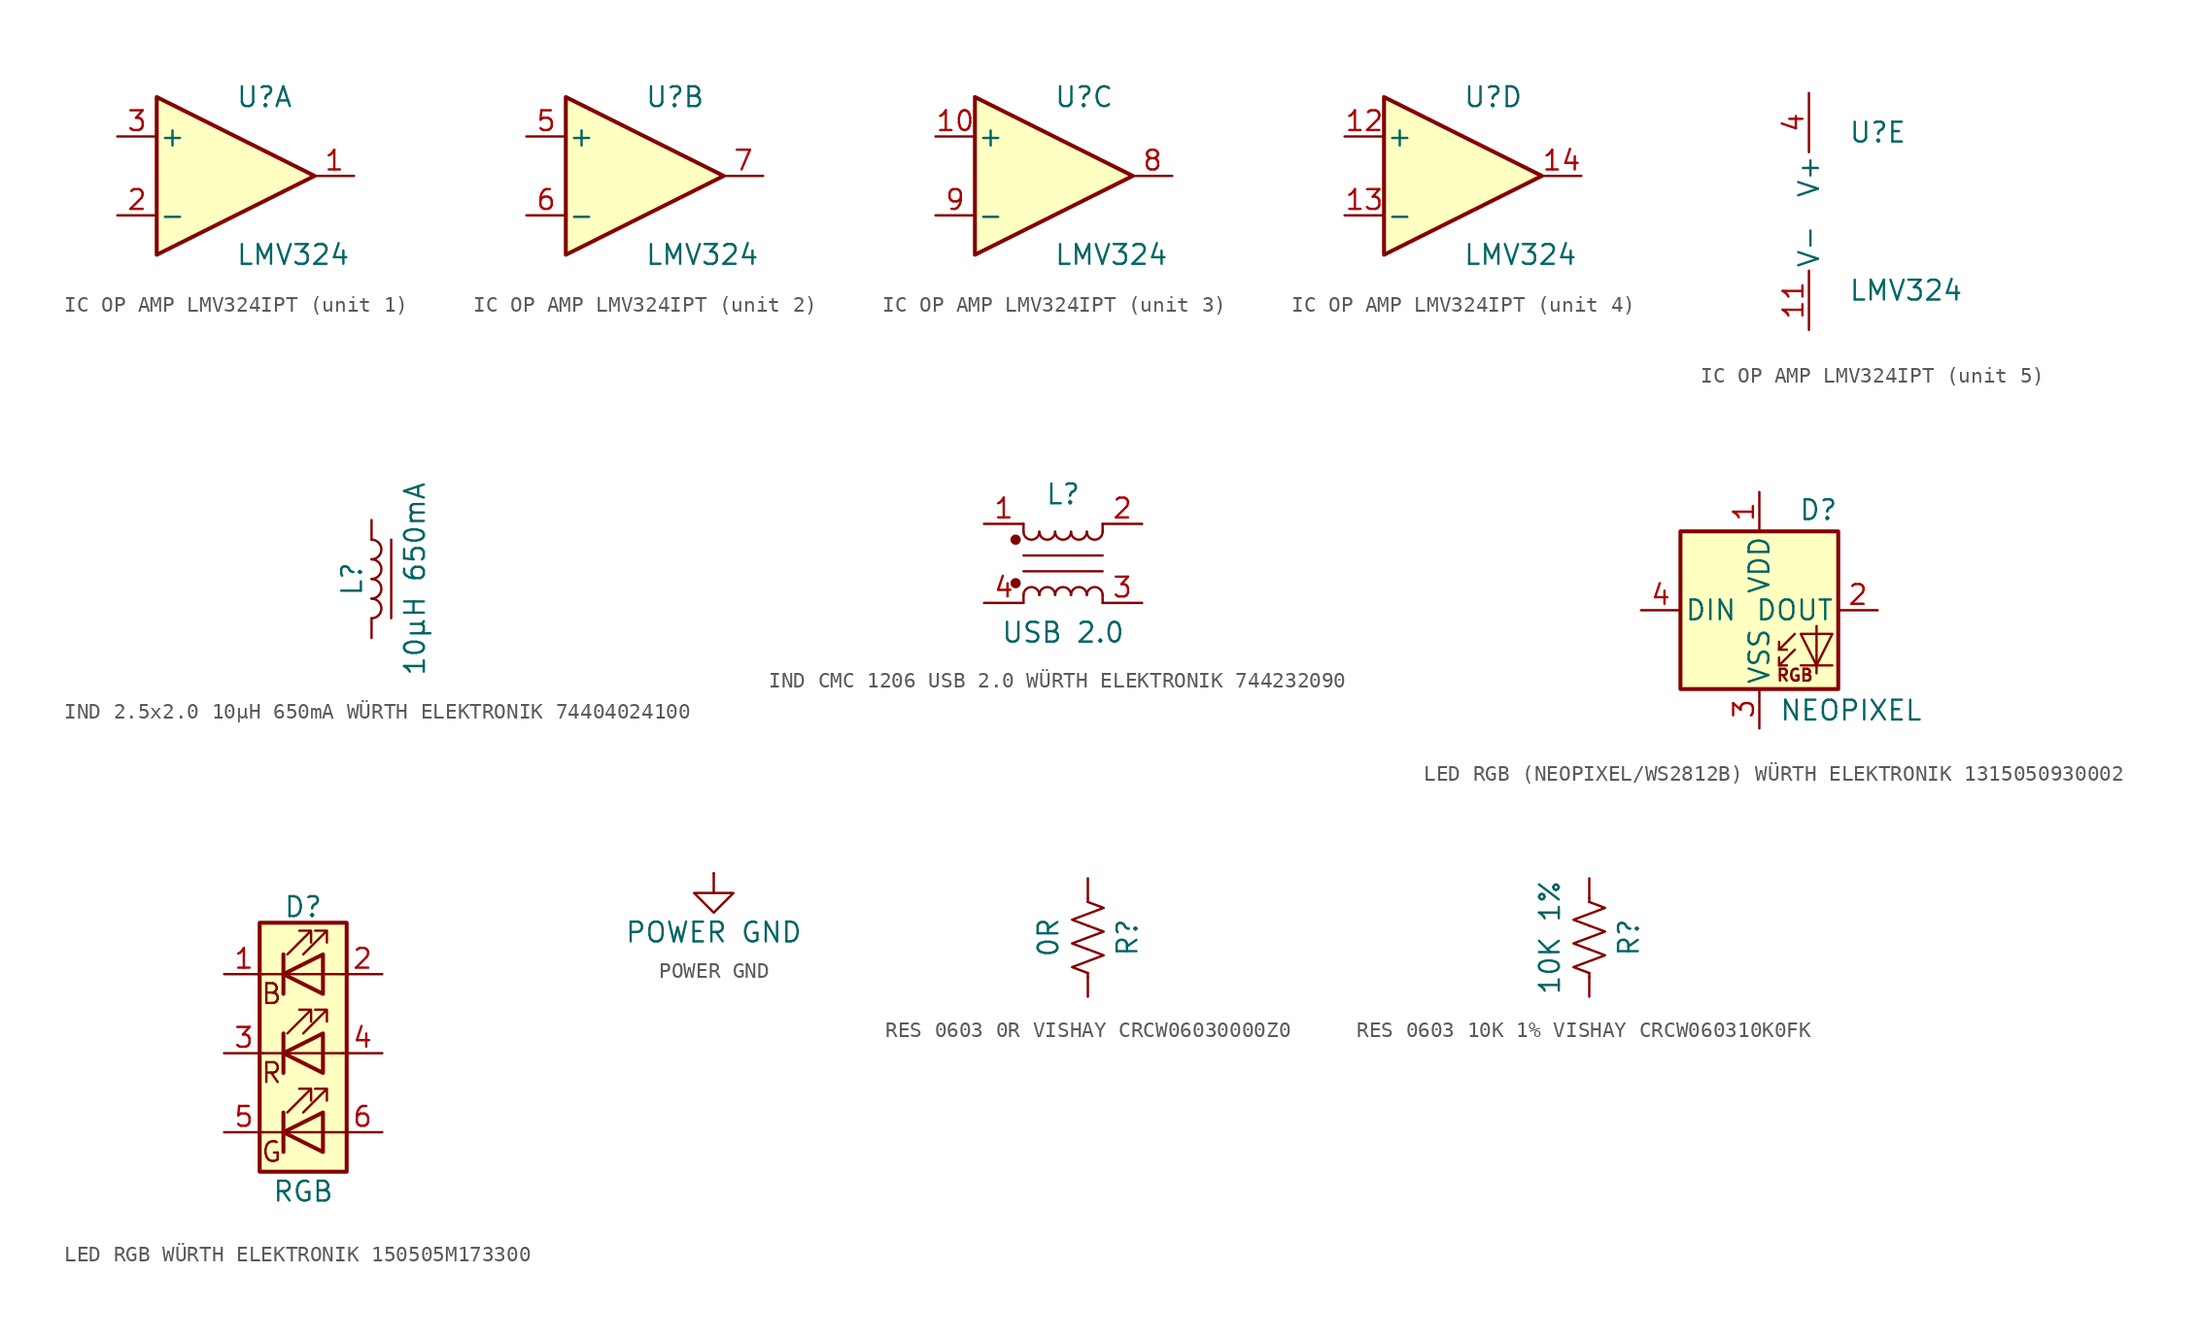
<source format=kicad_sym>
(kicad_symbol_lib
  (version 20231120)
  (generator "kicad_symbol_editor")
  (generator_version "8.0")
  (symbol "IC OP AMP LMV324IPT"
    (pin_names
      (offset 0.127))
    (property "Reference" "U"
      (at 0 5.08 0)
      (effects (font (size 1.27 1.27)) (justify left)))
    (property "Value" "LMV324"
      (at 0 -5.08 0)
      (effects (font (size 1.27 1.27)) (justify left)))
    (property "ki_locked" ""
      (at 0 0 0)
      (effects (font (size 1.27 1.27))))
    (symbol "IC OP AMP LMV324IPT_1_1"
      (polyline (pts (xy -5.08 5.08) (xy 5.08 0) (xy -5.08 -5.08) (xy -5.08 5.08)) (stroke (width 0.254) (type default)) (fill (type background)))
      (pin output line (at 7.62 0 180) (length 2.54) (name "~" (effects (font (size 1.27 1.27)))) (number "1" (effects (font (size 1.27 1.27)))))
      (pin input line (at -7.62 -2.54 0) (length 2.54) (name "-" (effects (font (size 1.27 1.27)))) (number "2" (effects (font (size 1.27 1.27)))))
      (pin input line (at -7.62 2.54 0) (length 2.54) (name "+" (effects (font (size 1.27 1.27)))) (number "3" (effects (font (size 1.27 1.27))))))
    (symbol "IC OP AMP LMV324IPT_2_1"
      (polyline (pts (xy -5.08 5.08) (xy 5.08 0) (xy -5.08 -5.08) (xy -5.08 5.08)) (stroke (width 0.254) (type default)) (fill (type background)))
      (pin input line (at -7.62 2.54 0) (length 2.54) (name "+" (effects (font (size 1.27 1.27)))) (number "5" (effects (font (size 1.27 1.27)))))
      (pin input line (at -7.62 -2.54 0) (length 2.54) (name "-" (effects (font (size 1.27 1.27)))) (number "6" (effects (font (size 1.27 1.27)))))
      (pin output line (at 7.62 0 180) (length 2.54) (name "~" (effects (font (size 1.27 1.27)))) (number "7" (effects (font (size 1.27 1.27))))))
    (symbol "IC OP AMP LMV324IPT_3_1"
      (polyline (pts (xy -5.08 5.08) (xy 5.08 0) (xy -5.08 -5.08) (xy -5.08 5.08)) (stroke (width 0.254) (type default)) (fill (type background)))
      (pin input line (at -7.62 2.54 0) (length 2.54) (name "+" (effects (font (size 1.27 1.27)))) (number "10" (effects (font (size 1.27 1.27)))))
      (pin output line (at 7.62 0 180) (length 2.54) (name "~" (effects (font (size 1.27 1.27)))) (number "8" (effects (font (size 1.27 1.27)))))
      (pin input line (at -7.62 -2.54 0) (length 2.54) (name "-" (effects (font (size 1.27 1.27)))) (number "9" (effects (font (size 1.27 1.27))))))
    (symbol "IC OP AMP LMV324IPT_4_1"
      (polyline (pts (xy -5.08 5.08) (xy 5.08 0) (xy -5.08 -5.08) (xy -5.08 5.08)) (stroke (width 0.254) (type default)) (fill (type background)))
      (pin input line (at -7.62 2.54 0) (length 2.54) (name "+" (effects (font (size 1.27 1.27)))) (number "12" (effects (font (size 1.27 1.27)))))
      (pin input line (at -7.62 -2.54 0) (length 2.54) (name "-" (effects (font (size 1.27 1.27)))) (number "13" (effects (font (size 1.27 1.27)))))
      (pin output line (at 7.62 0 180) (length 2.54) (name "~" (effects (font (size 1.27 1.27)))) (number "14" (effects (font (size 1.27 1.27))))))
    (symbol "IC OP AMP LMV324IPT_5_1"
      (pin power_in line (at -2.54 -7.62 90) (length 3.81) (name "V-" (effects (font (size 1.27 1.27)))) (number "11" (effects (font (size 1.27 1.27)))))
      (pin power_in line (at -2.54 7.62 270) (length 3.81) (name "V+" (effects (font (size 1.27 1.27)))) (number "4" (effects (font (size 1.27 1.27)))))))
  (symbol "IND 2.5x2.0 10µH 650mA WÜRTH ELEKTRONIK 74404024100 "
    (pin_numbers hide)
    (pin_names
      (offset 1.016) hide)
    (property "Reference" "L"
      (at -1.27 0 90)
      (effects (font (size 1.27 1.27))))
    (property "Value" "10µH 650mA"
      (at 2.794 0 90)
      (effects (font (size 1.27 1.27))))
    (symbol "IND 2.5x2.0 10µH 650mA WÜRTH ELEKTRONIK 74404024100 _0_1"
      (arc (start 0 -2.54) (mid 0.6323 -1.905) (end 0 -1.27) (stroke (width 0) (type default)) (fill (type none)))
      (arc (start 0 -1.27) (mid 0.6323 -0.635) (end 0 0) (stroke (width 0) (type default)) (fill (type none)))
      (polyline (pts (xy 1.27 2.54) (xy 1.27 -2.54)) (stroke (width 0) (type default)) (fill (type none)))
      (arc (start 0 0) (mid 0.6323 0.635) (end 0 1.27) (stroke (width 0) (type default)) (fill (type none)))
      (arc (start 0 1.27) (mid 0.6323 1.905) (end 0 2.54) (stroke (width 0) (type default)) (fill (type none))))
    (symbol "IND 2.5x2.0 10µH 650mA WÜRTH ELEKTRONIK 74404024100 _1_1"
      (pin passive line (at 0 3.81 270) (length 1.27) (name "1" (effects (font (size 1.27 1.27)))) (number "1" (effects (font (size 1.27 1.27)))))
      (pin passive line (at 0 -3.81 90) (length 1.27) (name "2" (effects (font (size 1.27 1.27)))) (number "2" (effects (font (size 1.27 1.27)))))))
  (symbol "IND CMC 1206 USB 2.0 WÜRTH ELEKTRONIK 744232090 "
    (pin_names
      (offset 0.254) hide)
    (property "Reference" "L"
      (at 0 4.445 0)
      (effects (font (size 1.27 1.27))))
    (property "Value" "USB 2.0"
      (at 0 -4.445 0)
      (effects (font (size 1.27 1.27))))
    (symbol "IND CMC 1206 USB 2.0 WÜRTH ELEKTRONIK 744232090 _0_1"
      (circle (center -3.048 -1.27) (radius 0.254) (stroke (width 0) (type default)) (fill (type outline)))
      (circle (center -3.048 1.524) (radius 0.254) (stroke (width 0) (type default)) (fill (type outline)))
      (arc (start -2.54 2.032) (mid -2.032 1.5262) (end -1.524 2.032) (stroke (width 0) (type default)) (fill (type none)))
      (arc (start -1.524 -2.032) (mid -2.032 -1.5262) (end -2.54 -2.032) (stroke (width 0) (type default)) (fill (type none)))
      (arc (start -1.524 2.032) (mid -1.016 1.5262) (end -0.508 2.032) (stroke (width 0) (type default)) (fill (type none)))
      (arc (start -0.508 -2.032) (mid -1.016 -1.5262) (end -1.524 -2.032) (stroke (width 0) (type default)) (fill (type none)))
      (arc (start -0.508 2.032) (mid 0 1.5262) (end 0.508 2.032) (stroke (width 0) (type default)) (fill (type none)))
      (polyline (pts (xy -2.54 -2.032) (xy -2.54 -2.54)) (stroke (width 0) (type default)) (fill (type none)))
      (polyline (pts (xy -2.54 0.508) (xy 2.54 0.508)) (stroke (width 0) (type default)) (fill (type none)))
      (polyline (pts (xy -2.54 2.032) (xy -2.54 2.54)) (stroke (width 0) (type default)) (fill (type none)))
      (polyline (pts (xy 2.54 -2.032) (xy 2.54 -2.54)) (stroke (width 0) (type default)) (fill (type none)))
      (polyline (pts (xy 2.54 -0.508) (xy -2.54 -0.508)) (stroke (width 0) (type default)) (fill (type none)))
      (polyline (pts (xy 2.54 2.54) (xy 2.54 2.032)) (stroke (width 0) (type default)) (fill (type none)))
      (arc (start 0.508 -2.032) (mid 0 -1.5262) (end -0.508 -2.032) (stroke (width 0) (type default)) (fill (type none)))
      (arc (start 0.508 2.032) (mid 1.016 1.5262) (end 1.524 2.032) (stroke (width 0) (type default)) (fill (type none)))
      (arc (start 1.524 -2.032) (mid 1.016 -1.5262) (end 0.508 -2.032) (stroke (width 0) (type default)) (fill (type none)))
      (arc (start 1.524 2.032) (mid 2.032 1.5262) (end 2.54 2.032) (stroke (width 0) (type default)) (fill (type none)))
      (arc (start 2.54 -2.032) (mid 2.032 -1.5262) (end 1.524 -2.032) (stroke (width 0) (type default)) (fill (type none))))
    (symbol "IND CMC 1206 USB 2.0 WÜRTH ELEKTRONIK 744232090 _1_1"
      (pin passive line (at -5.08 2.54 0) (length 2.54) (name "1" (effects (font (size 1.27 1.27)))) (number "1" (effects (font (size 1.27 1.27)))))
      (pin passive line (at 5.08 2.54 180) (length 2.54) (name "2" (effects (font (size 1.27 1.27)))) (number "2" (effects (font (size 1.27 1.27)))))
      (pin passive line (at 5.08 -2.54 180) (length 2.54) (name "3" (effects (font (size 1.27 1.27)))) (number "3" (effects (font (size 1.27 1.27)))))
      (pin passive line (at -5.08 -2.54 0) (length 2.54) (name "4" (effects (font (size 1.27 1.27)))) (number "4" (effects (font (size 1.27 1.27)))))))
  (symbol "LED RGB (NEOPIXEL/WS2812B) WÜRTH ELEKTRONIK 1315050930002 "
    (pin_names
      (offset 0.254))
    (property "Reference" "D"
      (at 5.08 5.715 0)
      (effects (font (size 1.27 1.27)) (justify right bottom)))
    (property "Value" "NEOPIXEL"
      (at 1.27 -5.715 0)
      (effects (font (size 1.27 1.27)) (justify left top)))
    (symbol "LED RGB (NEOPIXEL/WS2812B) WÜRTH ELEKTRONIK 1315050930002 _0_0"
      (text "RGB" (at 2.286 -4.191 0) (effects (font (size 0.762 0.762)))))
    (symbol "LED RGB (NEOPIXEL/WS2812B) WÜRTH ELEKTRONIK 1315050930002 _0_1"
      (polyline (pts (xy 1.27 -3.556) (xy 1.778 -3.556)) (stroke (width 0) (type default)) (fill (type none)))
      (polyline (pts (xy 1.27 -2.54) (xy 1.778 -2.54)) (stroke (width 0) (type default)) (fill (type none)))
      (polyline (pts (xy 4.699 -3.556) (xy 2.667 -3.556)) (stroke (width 0) (type default)) (fill (type none)))
      (polyline (pts (xy 2.286 -2.54) (xy 1.27 -3.556) (xy 1.27 -3.048)) (stroke (width 0) (type default)) (fill (type none)))
      (polyline (pts (xy 2.286 -1.524) (xy 1.27 -2.54) (xy 1.27 -2.032)) (stroke (width 0) (type default)) (fill (type none)))
      (polyline (pts (xy 3.683 -1.016) (xy 3.683 -3.556) (xy 3.683 -4.064)) (stroke (width 0) (type default)) (fill (type none)))
      (polyline (pts (xy 4.699 -1.524) (xy 2.667 -1.524) (xy 3.683 -3.556) (xy 4.699 -1.524)) (stroke (width 0) (type default)) (fill (type none)))
      (rectangle (start 5.08 5.08) (end -5.08 -5.08) (stroke (width 0.254) (type default)) (fill (type background))))
    (symbol "LED RGB (NEOPIXEL/WS2812B) WÜRTH ELEKTRONIK 1315050930002 _1_1"
      (pin power_in line (at 0 7.62 270) (length 2.54) (name "VDD" (effects (font (size 1.27 1.27)))) (number "1" (effects (font (size 1.27 1.27)))))
      (pin output line (at 7.62 0 180) (length 2.54) (name "DOUT" (effects (font (size 1.27 1.27)))) (number "2" (effects (font (size 1.27 1.27)))))
      (pin power_in line (at 0 -7.62 90) (length 2.54) (name "VSS" (effects (font (size 1.27 1.27)))) (number "3" (effects (font (size 1.27 1.27)))))
      (pin input line (at -7.62 0 0) (length 2.54) (name "DIN" (effects (font (size 1.27 1.27)))) (number "4" (effects (font (size 1.27 1.27)))))))
  (symbol "LED RGB WÜRTH ELEKTRONIK 150505M173300 "
    (pin_names
      (offset 0) hide)
    (property "Reference" "D"
      (at 0 9.398 0)
      (effects (font (size 1.27 1.27))))
    (property "Value" "RGB"
      (at 0 -8.89 0)
      (effects (font (size 1.27 1.27))))
    (symbol "LED RGB WÜRTH ELEKTRONIK 150505M173300 _0_0"
      (text "B" (at -2.032 3.81 0) (effects (font (size 1.27 1.27))))
      (text "G" (at -2.032 -6.35 0) (effects (font (size 1.27 1.27))))
      (text "R" (at -2.032 -1.27 0) (effects (font (size 1.27 1.27)))))
    (symbol "LED RGB WÜRTH ELEKTRONIK 150505M173300 _0_1"
      (polyline (pts (xy -1.27 -5.08) (xy -2.54 -5.08)) (stroke (width 0) (type default)) (fill (type none)))
      (polyline (pts (xy -1.27 -5.08) (xy 1.27 -5.08)) (stroke (width 0) (type default)) (fill (type none)))
      (polyline (pts (xy -1.27 -3.81) (xy -1.27 -6.35)) (stroke (width 0.254) (type default)) (fill (type none)))
      (polyline (pts (xy -1.27 0) (xy -2.54 0)) (stroke (width 0) (type default)) (fill (type none)))
      (polyline (pts (xy -1.27 1.27) (xy -1.27 -1.27)) (stroke (width 0.254) (type default)) (fill (type none)))
      (polyline (pts (xy -1.27 5.08) (xy -2.54 5.08)) (stroke (width 0) (type default)) (fill (type none)))
      (polyline (pts (xy -1.27 5.08) (xy 1.27 5.08)) (stroke (width 0) (type default)) (fill (type none)))
      (polyline (pts (xy -1.27 6.35) (xy -1.27 3.81)) (stroke (width 0.254) (type default)) (fill (type none)))
      (polyline (pts (xy 1.27 -5.08) (xy 2.54 -5.08)) (stroke (width 0) (type default)) (fill (type none)))
      (polyline (pts (xy 1.27 0) (xy -1.27 0)) (stroke (width 0) (type default)) (fill (type none)))
      (polyline (pts (xy 1.27 0) (xy 2.54 0)) (stroke (width 0) (type default)) (fill (type none)))
      (polyline (pts (xy 1.27 5.08) (xy 2.54 5.08)) (stroke (width 0) (type default)) (fill (type none)))
      (polyline (pts (xy -1.27 1.27) (xy -1.27 -1.27) (xy -1.27 -1.27)) (stroke (width 0) (type default)) (fill (type none)))
      (polyline (pts (xy -1.27 6.35) (xy -1.27 3.81) (xy -1.27 3.81)) (stroke (width 0) (type default)) (fill (type none)))
      (polyline (pts (xy 1.27 -3.81) (xy 1.27 -6.35) (xy -1.27 -5.08) (xy 1.27 -3.81)) (stroke (width 0.254) (type default)) (fill (type none)))
      (polyline (pts (xy 1.27 1.27) (xy 1.27 -1.27) (xy -1.27 0) (xy 1.27 1.27)) (stroke (width 0.254) (type default)) (fill (type none)))
      (polyline (pts (xy 1.27 6.35) (xy 1.27 3.81) (xy -1.27 5.08) (xy 1.27 6.35)) (stroke (width 0.254) (type default)) (fill (type none)))
      (polyline (pts (xy -1.016 -3.81) (xy 0.508 -2.286) (xy -0.254 -2.286) (xy 0.508 -2.286) (xy 0.508 -3.048)) (stroke (width 0) (type default)) (fill (type none)))
      (polyline (pts (xy -1.016 1.27) (xy 0.508 2.794) (xy -0.254 2.794) (xy 0.508 2.794) (xy 0.508 2.032)) (stroke (width 0) (type default)) (fill (type none)))
      (polyline (pts (xy -1.016 6.35) (xy 0.508 7.874) (xy -0.254 7.874) (xy 0.508 7.874) (xy 0.508 7.112)) (stroke (width 0) (type default)) (fill (type none)))
      (polyline (pts (xy 0 -3.81) (xy 1.524 -2.286) (xy 0.762 -2.286) (xy 1.524 -2.286) (xy 1.524 -3.048)) (stroke (width 0) (type default)) (fill (type none)))
      (polyline (pts (xy 0 1.27) (xy 1.524 2.794) (xy 0.762 2.794) (xy 1.524 2.794) (xy 1.524 2.032)) (stroke (width 0) (type default)) (fill (type none)))
      (polyline (pts (xy 0 6.35) (xy 1.524 7.874) (xy 0.762 7.874) (xy 1.524 7.874) (xy 1.524 7.112)) (stroke (width 0) (type default)) (fill (type none)))
      (rectangle (start 1.27 -1.27) (end 1.27 1.27) (stroke (width 0) (type default)) (fill (type none)))
      (rectangle (start 1.27 1.27) (end 1.27 1.27) (stroke (width 0) (type default)) (fill (type none)))
      (rectangle (start 1.27 3.81) (end 1.27 6.35) (stroke (width 0) (type default)) (fill (type none)))
      (rectangle (start 1.27 6.35) (end 1.27 6.35) (stroke (width 0) (type default)) (fill (type none)))
      (rectangle (start 2.794 8.382) (end -2.794 -7.62) (stroke (width 0.254) (type default)) (fill (type background))))
    (symbol "LED RGB WÜRTH ELEKTRONIK 150505M173300 _1_1"
      (pin passive line (at -5.08 5.08 0) (length 2.54) (name "RK" (effects (font (size 1.27 1.27)))) (number "1" (effects (font (size 1.27 1.27)))))
      (pin passive line (at 5.08 5.08 180) (length 2.54) (name "GK" (effects (font (size 1.27 1.27)))) (number "2" (effects (font (size 1.27 1.27)))))
      (pin passive line (at -5.08 0 0) (length 2.54) (name "BK" (effects (font (size 1.27 1.27)))) (number "3" (effects (font (size 1.27 1.27)))))
      (pin passive line (at 5.08 0 180) (length 2.54) (name "BA" (effects (font (size 1.27 1.27)))) (number "4" (effects (font (size 1.27 1.27)))))
      (pin passive line (at -5.08 -5.08 0) (length 2.54) (name "GA" (effects (font (size 1.27 1.27)))) (number "5" (effects (font (size 1.27 1.27)))))
      (pin passive line (at 5.08 -5.08 180) (length 2.54) (name "RA" (effects (font (size 1.27 1.27)))) (number "6" (effects (font (size 1.27 1.27)))))))
  (symbol "POWER GND"
    (power)
    (pin_numbers hide)
    (pin_names
      (offset 0) hide)
    (property "Reference" "#PWR"
      (at 0 -6.35 0)
      (effects (font (size 1.27 1.27)) (hide yes)))
    (property "Value" "POWER GND"
      (at 0 -3.81 0)
      (effects (font (size 1.27 1.27))))
    (symbol "POWER GND_0_1"
      (polyline (pts (xy 0 0) (xy 0 -1.27) (xy 1.27 -1.27) (xy 0 -2.54) (xy -1.27 -1.27) (xy 0 -1.27)) (stroke (width 0) (type default)) (fill (type none))))
    (symbol "POWER GND_1_1"
      (pin power_in line (at 0 0 270) (length 0) (name "~" (effects (font (size 1.27 1.27)))) (number "1" (effects (font (size 1.27 1.27)))))))
  (symbol "RES 0603 0R VISHAY CRCW06030000Z0"
    (pin_numbers hide)
    (pin_names
      (offset 0))
    (property "Reference" "R"
      (at 2.54 0 90)
      (effects (font (size 1.27 1.27))))
    (property "Value" "0R"
      (at -2.54 0 90)
      (effects (font (size 1.27 1.27))))
    (symbol "RES 0603 0R VISHAY CRCW06030000Z0_0_1"
      (polyline (pts (xy 0 -2.286) (xy 0 -2.54)) (stroke (width 0) (type default)) (fill (type none)))
      (polyline (pts (xy 0 2.286) (xy 0 2.54)) (stroke (width 0) (type default)) (fill (type none)))
      (polyline (pts (xy 0 -0.762) (xy 1.016 -1.143) (xy 0 -1.524) (xy -1.016 -1.905) (xy 0 -2.286)) (stroke (width 0) (type default)) (fill (type none)))
      (polyline (pts (xy 0 0.762) (xy 1.016 0.381) (xy 0 0) (xy -1.016 -0.381) (xy 0 -0.762)) (stroke (width 0) (type default)) (fill (type none)))
      (polyline (pts (xy 0 2.286) (xy 1.016 1.905) (xy 0 1.524) (xy -1.016 1.143) (xy 0 0.762)) (stroke (width 0) (type default)) (fill (type none))))
    (symbol "RES 0603 0R VISHAY CRCW06030000Z0_1_1"
      (pin passive line (at 0 3.81 270) (length 1.27) (name "~" (effects (font (size 1.27 1.27)))) (number "1" (effects (font (size 1.27 1.27)))))
      (pin passive line (at 0 -3.81 90) (length 1.27) (name "~" (effects (font (size 1.27 1.27)))) (number "2" (effects (font (size 1.27 1.27)))))))
  (symbol "RES 0603 10K 1% VISHAY CRCW060310K0FK "
    (pin_numbers hide)
    (pin_names
      (offset 0))
    (property "Reference" "R"
      (at 2.54 0 90)
      (effects (font (size 1.27 1.27))))
    (property "Value" "10K 1%"
      (at -2.54 0 90)
      (effects (font (size 1.27 1.27))))
    (symbol "RES 0603 10K 1% VISHAY CRCW060310K0FK _0_1"
      (polyline (pts (xy 0 -2.286) (xy 0 -2.54)) (stroke (width 0) (type default)) (fill (type none)))
      (polyline (pts (xy 0 2.286) (xy 0 2.54)) (stroke (width 0) (type default)) (fill (type none)))
      (polyline (pts (xy 0 -0.762) (xy 1.016 -1.143) (xy 0 -1.524) (xy -1.016 -1.905) (xy 0 -2.286)) (stroke (width 0) (type default)) (fill (type none)))
      (polyline (pts (xy 0 0.762) (xy 1.016 0.381) (xy 0 0) (xy -1.016 -0.381) (xy 0 -0.762)) (stroke (width 0) (type default)) (fill (type none)))
      (polyline (pts (xy 0 2.286) (xy 1.016 1.905) (xy 0 1.524) (xy -1.016 1.143) (xy 0 0.762)) (stroke (width 0) (type default)) (fill (type none))))
    (symbol "RES 0603 10K 1% VISHAY CRCW060310K0FK _1_1"
      (pin passive line (at 0 3.81 270) (length 1.27) (name "~" (effects (font (size 1.27 1.27)))) (number "1" (effects (font (size 1.27 1.27)))))
      (pin passive line (at 0 -3.81 90) (length 1.27) (name "~" (effects (font (size 1.27 1.27)))) (number "2" (effects (font (size 1.27 1.27))))))))
</source>
